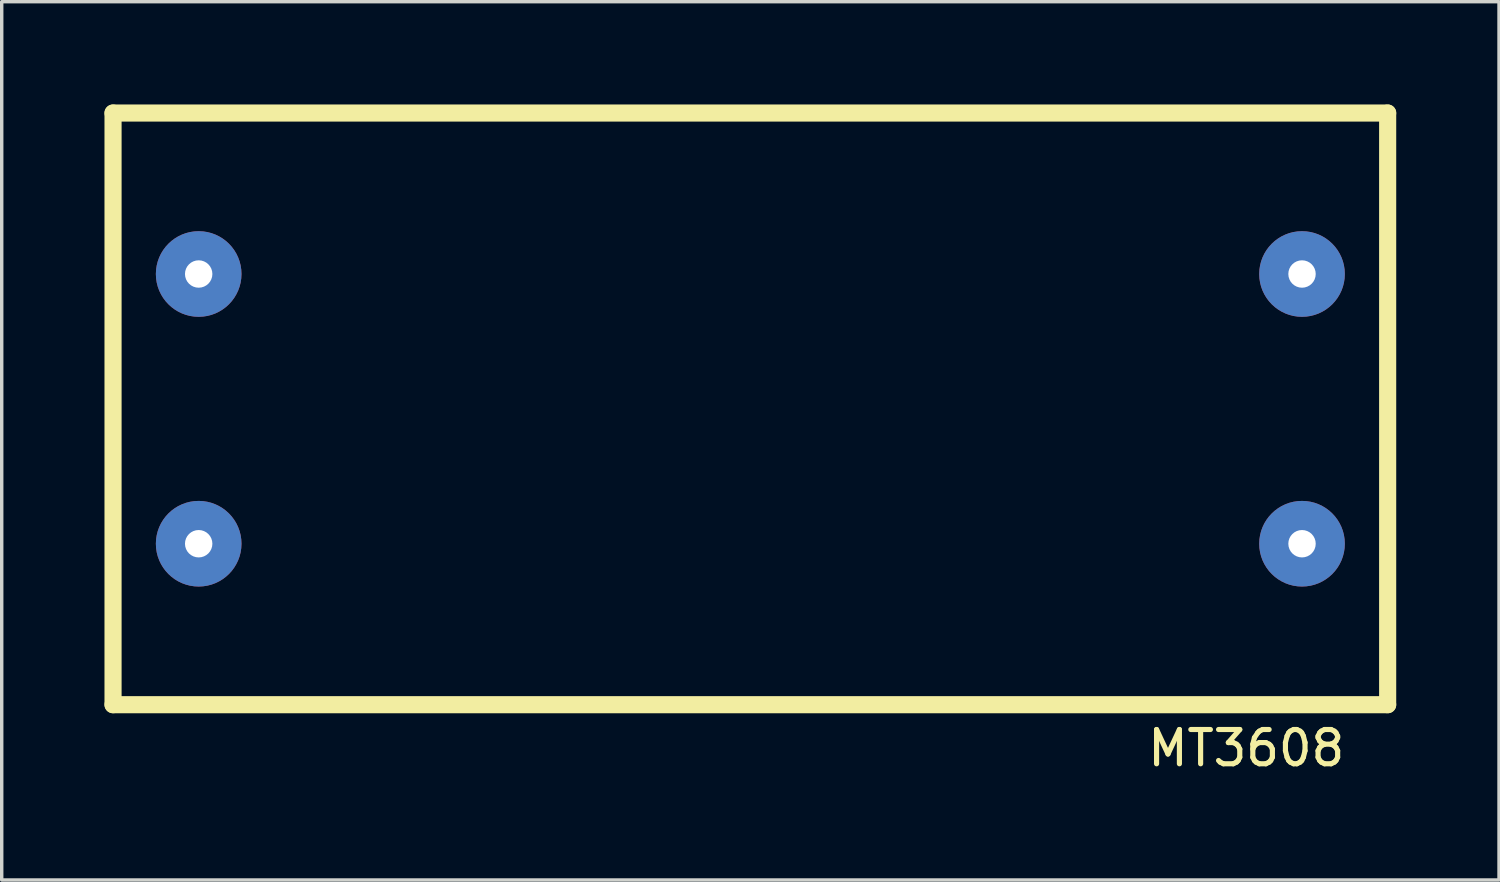
<source format=kicad_pcb>
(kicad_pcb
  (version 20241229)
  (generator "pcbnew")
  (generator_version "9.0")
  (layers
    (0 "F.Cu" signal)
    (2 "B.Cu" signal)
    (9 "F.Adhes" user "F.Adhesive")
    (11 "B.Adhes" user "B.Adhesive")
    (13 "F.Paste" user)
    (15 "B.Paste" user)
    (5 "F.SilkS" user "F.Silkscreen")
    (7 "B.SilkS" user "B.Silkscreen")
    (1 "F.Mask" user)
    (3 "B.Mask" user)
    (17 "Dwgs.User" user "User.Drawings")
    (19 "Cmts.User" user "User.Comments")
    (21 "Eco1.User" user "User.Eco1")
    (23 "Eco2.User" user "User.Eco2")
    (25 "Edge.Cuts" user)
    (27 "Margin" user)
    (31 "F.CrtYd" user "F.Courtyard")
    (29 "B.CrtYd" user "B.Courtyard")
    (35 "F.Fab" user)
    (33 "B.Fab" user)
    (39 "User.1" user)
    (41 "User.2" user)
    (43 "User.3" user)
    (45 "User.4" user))
  (footprint "MT3608"
    (layer "F.Cu")
    (at 18.855 8.886)
    (property "Reference" "MT3608" (at 14.478 9.906 0) (layer "F.SilkS") (effects (font (size 1 1) (thickness 0.15))))
    (attr through_hole)
    (fp_line (start -18.605 -8.636) (end -18.605 8.636) (stroke (width 0.5) (type solid)) (layer "F.SilkS"))
    (fp_line (start -18.605 -8.636) (end 18.605 -8.636) (stroke (width 0.5) (type solid)) (layer "F.SilkS"))
    (fp_line (start 18.605 -8.636) (end 18.605 8.636) (stroke (width 0.5) (type solid)) (layer "F.SilkS"))
    (fp_line (start 18.605 8.636) (end -18.605 8.636) (stroke (width 0.5) (type solid)) (layer "F.SilkS"))
    (pad "1" thru_hole circle (at -16.105 -3.937) (size 2.5 2.5) (drill 0.8) (layers "*.Cu" "*.Mask"))
    (pad "2" thru_hole circle (at -16.105 3.937) (size 2.5 2.5) (drill 0.8) (layers "*.Cu" "*.Mask"))
    (pad "3" thru_hole circle (at 16.105 -3.937) (size 2.5 2.5) (drill 0.8) (layers "*.Cu" "*.Mask"))
    (pad "4" thru_hole circle (at 16.105 3.937) (size 2.5 2.5) (drill 0.8) (layers "*.Cu" "*.Mask")))
  (gr_rect
    (start -3 -3)
    (end 40.711 22.64)
    (stroke (width 0.1) (type default))
    (fill no)
    (layer "Edge.Cuts")))
</source>
